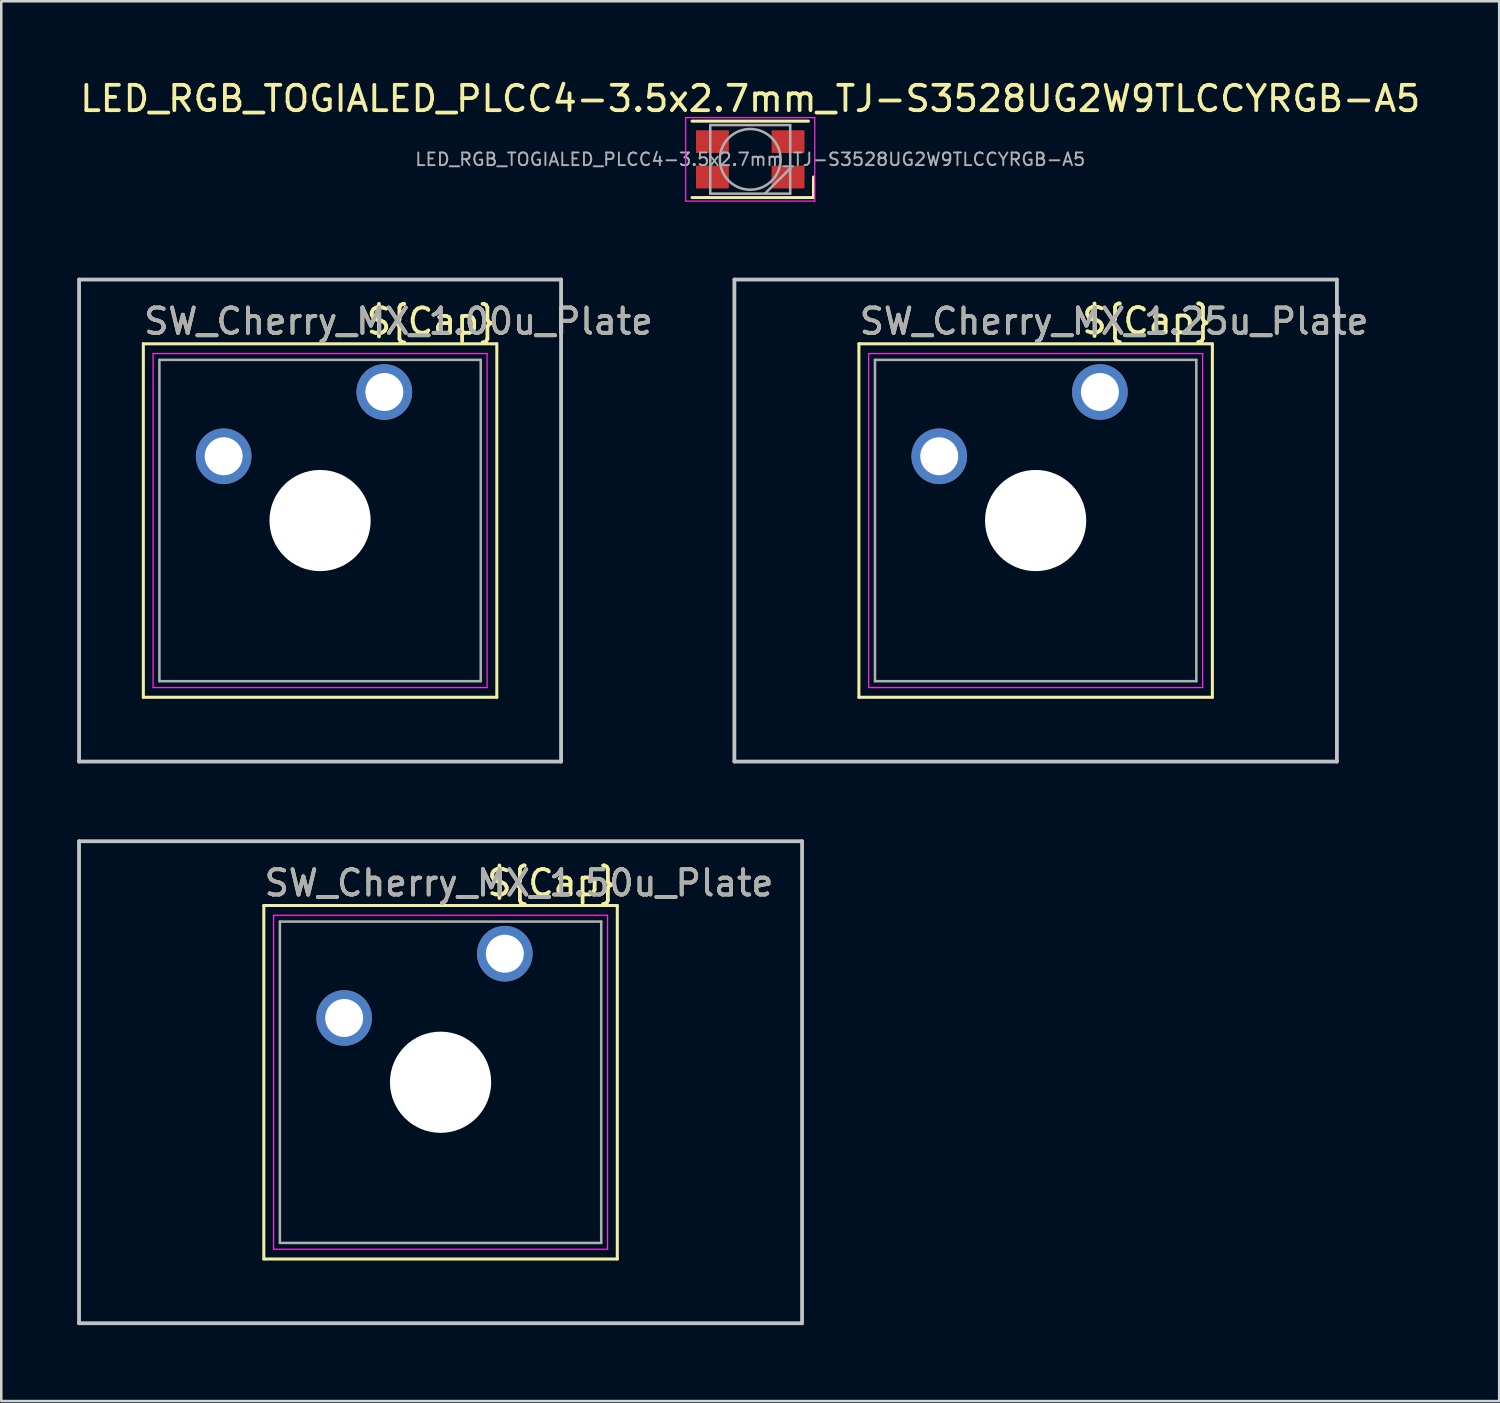
<source format=kicad_pcb>
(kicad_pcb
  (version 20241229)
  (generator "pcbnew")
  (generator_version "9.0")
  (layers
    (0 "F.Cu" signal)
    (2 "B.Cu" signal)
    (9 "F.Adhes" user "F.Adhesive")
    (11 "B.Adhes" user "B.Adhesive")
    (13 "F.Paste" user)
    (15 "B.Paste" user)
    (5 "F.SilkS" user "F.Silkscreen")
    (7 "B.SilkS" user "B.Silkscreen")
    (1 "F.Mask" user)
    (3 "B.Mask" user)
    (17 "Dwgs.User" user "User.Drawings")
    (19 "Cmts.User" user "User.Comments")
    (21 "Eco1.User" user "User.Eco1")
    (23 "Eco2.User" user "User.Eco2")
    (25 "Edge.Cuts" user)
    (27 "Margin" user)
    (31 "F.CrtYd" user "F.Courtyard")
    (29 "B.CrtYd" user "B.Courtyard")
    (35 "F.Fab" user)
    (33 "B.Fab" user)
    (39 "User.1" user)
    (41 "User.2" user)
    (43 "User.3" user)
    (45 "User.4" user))
  (footprint "SW_Cherry_MX_1.25u_Plate"
    (layer "F.Cu")
    (at 40.421 12.443)
    (property "Reference" "SW_Cherry_MX_1.25u_Plate" (at -9.585 -2.794 0) (layer "F.SilkS") (effects (font (size 1 1) (thickness 0.15)) (justify left)))
    (attr through_hole)
    (fp_line (start -9.525 -1.905) (end 4.445 -1.905) (stroke (width 0.12) (type solid)) (layer "F.SilkS"))
    (fp_line (start -9.525 12.065) (end -9.525 -1.905) (stroke (width 0.12) (type solid)) (layer "F.SilkS"))
    (fp_line (start 4.445 -1.905) (end 4.445 12.065) (stroke (width 0.12) (type solid)) (layer "F.SilkS"))
    (fp_line (start 4.445 12.065) (end -9.525 12.065) (stroke (width 0.12) (type solid)) (layer "F.SilkS"))
    (fp_line (start -14.446 -4.445) (end 9.366 -4.445) (stroke (width 0.15) (type solid)) (layer "Dwgs.User"))
    (fp_line (start -14.446 14.605) (end -14.446 -4.445) (stroke (width 0.15) (type solid)) (layer "Dwgs.User"))
    (fp_line (start 9.366 -4.445) (end 9.366 14.605) (stroke (width 0.15) (type solid)) (layer "Dwgs.User"))
    (fp_line (start 9.366 14.605) (end -14.446 14.605) (stroke (width 0.15) (type solid)) (layer "Dwgs.User"))
    (fp_line (start -9.14 -1.52) (end 4.06 -1.52) (stroke (width 0.05) (type solid)) (layer "F.CrtYd"))
    (fp_line (start -9.14 11.68) (end -9.14 -1.52) (stroke (width 0.05) (type solid)) (layer "F.CrtYd"))
    (fp_line (start 4.06 -1.52) (end 4.06 11.68) (stroke (width 0.05) (type solid)) (layer "F.CrtYd"))
    (fp_line (start 4.06 11.68) (end -9.14 11.68) (stroke (width 0.05) (type solid)) (layer "F.CrtYd"))
    (fp_line (start -8.89 -1.27) (end 3.81 -1.27) (stroke (width 0.1) (type solid)) (layer "F.Fab"))
    (fp_line (start -8.89 11.43) (end -8.89 -1.27) (stroke (width 0.1) (type solid)) (layer "F.Fab"))
    (fp_line (start 3.81 -1.27) (end 3.81 11.43) (stroke (width 0.1) (type solid)) (layer "F.Fab"))
    (fp_line (start 3.81 11.43) (end -8.89 11.43) (stroke (width 0.1) (type solid)) (layer "F.Fab"))
    (fp_text user "${Cap}" (at 4.505 -2.811 0) (layer "F.SilkS") (effects (font (size 1 1) (thickness 0.15)) (justify right)))
    (fp_text user "${REFERENCE}" (at -9.585 -2.794 0) (layer "F.Fab") (effects (font (size 1 1) (thickness 0.15)) (justify left)))
    (pad "" np_thru_hole circle (at -2.54 5.08) (size 4 4) (drill 4) (layers "*.Cu" "*.Mask"))
    (pad "1" thru_hole circle (at 0 0) (size 2.2 2.2) (drill 1.5) (layers "*.Cu" "*.Mask"))
    (pad "2" thru_hole circle (at -6.35 2.54) (size 2.2 2.2) (drill 1.5) (layers "*.Cu" "*.Mask")))
  (footprint "SW_Cherry_MX_1.50u_Plate"
    (layer "F.Cu")
    (at 16.902 34.643)
    (property "Reference" "SW_Cherry_MX_1.50u_Plate" (at -9.585 -2.794 0) (layer "F.SilkS") (effects (font (size 1 1) (thickness 0.15)) (justify left)))
    (attr through_hole)
    (fp_line (start -9.525 -1.905) (end 4.445 -1.905) (stroke (width 0.12) (type solid)) (layer "F.SilkS"))
    (fp_line (start -9.525 12.065) (end -9.525 -1.905) (stroke (width 0.12) (type solid)) (layer "F.SilkS"))
    (fp_line (start 4.445 -1.905) (end 4.445 12.065) (stroke (width 0.12) (type solid)) (layer "F.SilkS"))
    (fp_line (start 4.445 12.065) (end -9.525 12.065) (stroke (width 0.12) (type solid)) (layer "F.SilkS"))
    (fp_line (start -16.828 -4.445) (end 11.748 -4.445) (stroke (width 0.15) (type solid)) (layer "Dwgs.User"))
    (fp_line (start -16.828 14.605) (end -16.828 -4.445) (stroke (width 0.15) (type solid)) (layer "Dwgs.User"))
    (fp_line (start 11.748 -4.445) (end 11.748 14.605) (stroke (width 0.15) (type solid)) (layer "Dwgs.User"))
    (fp_line (start 11.748 14.605) (end -16.828 14.605) (stroke (width 0.15) (type solid)) (layer "Dwgs.User"))
    (fp_line (start -9.14 -1.52) (end 4.06 -1.52) (stroke (width 0.05) (type solid)) (layer "F.CrtYd"))
    (fp_line (start -9.14 11.68) (end -9.14 -1.52) (stroke (width 0.05) (type solid)) (layer "F.CrtYd"))
    (fp_line (start 4.06 -1.52) (end 4.06 11.68) (stroke (width 0.05) (type solid)) (layer "F.CrtYd"))
    (fp_line (start 4.06 11.68) (end -9.14 11.68) (stroke (width 0.05) (type solid)) (layer "F.CrtYd"))
    (fp_line (start -8.89 -1.27) (end 3.81 -1.27) (stroke (width 0.1) (type solid)) (layer "F.Fab"))
    (fp_line (start -8.89 11.43) (end -8.89 -1.27) (stroke (width 0.1) (type solid)) (layer "F.Fab"))
    (fp_line (start 3.81 -1.27) (end 3.81 11.43) (stroke (width 0.1) (type solid)) (layer "F.Fab"))
    (fp_line (start 3.81 11.43) (end -8.89 11.43) (stroke (width 0.1) (type solid)) (layer "F.Fab"))
    (fp_text user "${Cap}" (at 4.505 -2.8 0) (layer "F.SilkS") (effects (font (size 1 1) (thickness 0.15)) (justify right)))
    (fp_text user "${REFERENCE}" (at -9.585 -2.794 0) (layer "F.Fab") (effects (font (size 1 1) (thickness 0.15)) (justify left)))
    (pad "" np_thru_hole circle (at -2.54 5.08) (size 4 4) (drill 4) (layers "*.Cu" "*.Mask"))
    (pad "1" thru_hole circle (at 0 0) (size 2.2 2.2) (drill 1.5) (layers "*.Cu" "*.Mask"))
    (pad "2" thru_hole circle (at -6.35 2.54) (size 2.2 2.2) (drill 1.5) (layers "*.Cu" "*.Mask")))
  (footprint "SW_Cherry_MX_1.00u_Plate"
    (layer "F.Cu")
    (at 12.14 12.443)
    (property "Reference" "SW_Cherry_MX_1.00u_Plate" (at -9.585 -2.794 0) (layer "F.SilkS") (effects (font (size 1 1) (thickness 0.15)) (justify left)))
    (attr through_hole)
    (fp_line (start -9.525 -1.905) (end 4.445 -1.905) (stroke (width 0.12) (type solid)) (layer "F.SilkS"))
    (fp_line (start -9.525 12.065) (end -9.525 -1.905) (stroke (width 0.12) (type solid)) (layer "F.SilkS"))
    (fp_line (start 4.445 -1.905) (end 4.445 12.065) (stroke (width 0.12) (type solid)) (layer "F.SilkS"))
    (fp_line (start 4.445 12.065) (end -9.525 12.065) (stroke (width 0.12) (type solid)) (layer "F.SilkS"))
    (fp_line (start -12.065 -4.445) (end 6.985 -4.445) (stroke (width 0.15) (type solid)) (layer "Dwgs.User"))
    (fp_line (start -12.065 14.605) (end -12.065 -4.445) (stroke (width 0.15) (type solid)) (layer "Dwgs.User"))
    (fp_line (start 6.985 -4.445) (end 6.985 14.605) (stroke (width 0.15) (type solid)) (layer "Dwgs.User"))
    (fp_line (start 6.985 14.605) (end -12.065 14.605) (stroke (width 0.15) (type solid)) (layer "Dwgs.User"))
    (fp_line (start -9.14 -1.52) (end 4.06 -1.52) (stroke (width 0.05) (type solid)) (layer "F.CrtYd"))
    (fp_line (start -9.14 11.68) (end -9.14 -1.52) (stroke (width 0.05) (type solid)) (layer "F.CrtYd"))
    (fp_line (start 4.06 -1.52) (end 4.06 11.68) (stroke (width 0.05) (type solid)) (layer "F.CrtYd"))
    (fp_line (start 4.06 11.68) (end -9.14 11.68) (stroke (width 0.05) (type solid)) (layer "F.CrtYd"))
    (fp_line (start -8.89 -1.27) (end 3.81 -1.27) (stroke (width 0.1) (type solid)) (layer "F.Fab"))
    (fp_line (start -8.89 11.43) (end -8.89 -1.27) (stroke (width 0.1) (type solid)) (layer "F.Fab"))
    (fp_line (start 3.81 -1.27) (end 3.81 11.43) (stroke (width 0.1) (type solid)) (layer "F.Fab"))
    (fp_line (start 3.81 11.43) (end -8.89 11.43) (stroke (width 0.1) (type solid)) (layer "F.Fab"))
    (fp_text user "${Cap}" (at 4.505 -2.796 0) (layer "F.SilkS") (effects (font (size 1 1) (thickness 0.15)) (justify right)))
    (fp_text user "${REFERENCE}" (at -9.585 -2.794 0) (layer "F.Fab") (effects (font (size 1 1) (thickness 0.15)) (justify left)))
    (pad "" np_thru_hole circle (at -2.54 5.08) (size 4 4) (drill 4) (layers "*.Cu" "*.Mask"))
    (pad "1" thru_hole circle (at 0 0) (size 2.2 2.2) (drill 1.5) (layers "*.Cu" "*.Mask"))
    (pad "2" thru_hole circle (at -6.35 2.54) (size 2.2 2.2) (drill 1.5) (layers "*.Cu" "*.Mask")))
  (footprint "LED_RGB_TOGIALED_PLCC4-3.5x2.7mm_TJ-S3528UG2W9TLCCYRGB-A5"
    (layer "F.Cu")
    (at 26.601 3.248)
    (property "Reference" "LED_RGB_TOGIALED_PLCC4-3.5x2.7mm_TJ-S3528UG2W9TLCCYRGB-A5" (at 0 -2.4 0) (layer "F.SilkS") (effects (font (size 1 1) (thickness 0.15))))
    (attr smd)
    (fp_line (start 2.3 -1.51) (end -2.3 -1.51) (stroke (width 0.12) (type solid)) (layer "F.SilkS"))
    (fp_line (start 2.5 0.7) (end 2.5 1.51) (stroke (width 0.12) (type solid)) (layer "F.SilkS"))
    (fp_line (start 2.5 1.51) (end -2.3 1.51) (stroke (width 0.12) (type solid)) (layer "F.SilkS"))
    (fp_line (start -2.55 -1.65) (end -2.55 1.65) (stroke (width 0.05) (type solid)) (layer "F.CrtYd"))
    (fp_line (start -2.55 1.65) (end 2.55 1.65) (stroke (width 0.05) (type solid)) (layer "F.CrtYd"))
    (fp_line (start 2.55 -1.65) (end -2.55 -1.65) (stroke (width 0.05) (type solid)) (layer "F.CrtYd"))
    (fp_line (start 2.55 1.65) (end 2.55 -1.65) (stroke (width 0.05) (type solid)) (layer "F.CrtYd"))
    (fp_line (start -1.58 -1.355) (end -1.58 1.355) (stroke (width 0.1) (type solid)) (layer "F.Fab"))
    (fp_line (start -1.58 1.355) (end 1.58 1.355) (stroke (width 0.1) (type solid)) (layer "F.Fab"))
    (fp_line (start 0.58 1.355) (end 1.58 0.355) (stroke (width 0.1) (type solid)) (layer "F.Fab"))
    (fp_line (start 1.58 -1.355) (end -1.58 -1.355) (stroke (width 0.1) (type solid)) (layer "F.Fab"))
    (fp_line (start 1.58 1.355) (end 1.58 -1.355) (stroke (width 0.1) (type solid)) (layer "F.Fab"))
    (fp_circle (center 0 0) (end -1.2 0) (stroke (width 0.1) (type solid)) (fill no) (layer "F.Fab"))
    (fp_text user "${REFERENCE}" (at 0 0 180) (layer "F.Fab") (effects (font (size 0.5 0.5) (thickness 0.075))))
    (pad "1" smd rect (at -1.495 -0.7 180) (size 1.3 0.9) (layers "F.Cu" "F.Mask" "F.Paste"))
    (pad "2" smd rect (at -1.495 0.7 180) (size 1.3 0.9) (layers "F.Cu" "F.Mask" "F.Paste"))
    (pad "3" smd rect (at 1.495 -0.7 180) (size 1.3 0.9) (layers "F.Cu" "F.Mask" "F.Paste"))
    (pad "4" smd rect (at 1.495 0.7 180) (size 1.3 0.9) (layers "F.Cu" "F.Mask" "F.Paste")))
  (gr_rect
    (start -3 -3)
    (end 56.202 52.323)
    (stroke (width 0.1) (type default))
    (fill no)
    (layer "Edge.Cuts")))
</source>
